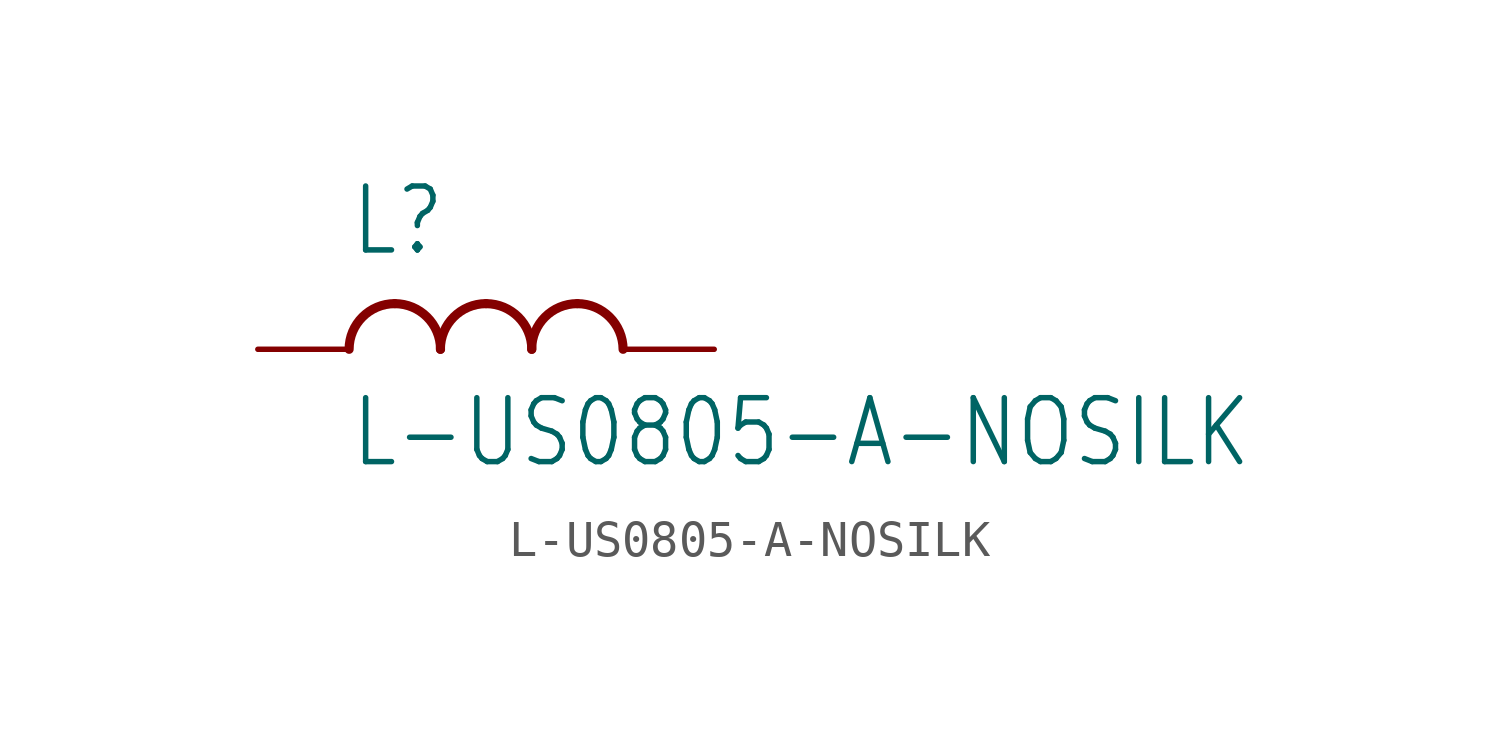
<source format=kicad_sym>
(kicad_symbol_lib
  (version 20211014)
  (generator kicad_symbol_editor)
  (symbol "L-US0805-A-NOSILK"
    (property "Reference" "L"
      (at -5.08 2.54 0)
      (effects (font (size 1.778 1.511)) (justify left bottom)))
    (property "Value" "L-US0805-A-NOSILK"
      (at -5.08 -1.27 0)
      (effects (font (size 1.778 1.511)) (justify left top)))
    (property "ki_locked" ""
      (at 0 0 0)
      (effects (font (size 1.27 1.27))))
    (symbol "L-US0805-A-NOSILK_1_0"
      (arc (start -3.81 1.27) (mid -4.708 0.898) (end -5.08 0) (stroke (width 0.254) (type default) (color 0 0 0 0)) (fill (type none)))
      (arc (start -2.54 0) (mid -2.912 0.898) (end -3.81 1.27) (stroke (width 0.254) (type default) (color 0 0 0 0)) (fill (type none)))
      (arc (start -1.27 1.27) (mid -2.168 0.898) (end -2.54 0) (stroke (width 0.254) (type default) (color 0 0 0 0)) (fill (type none)))
      (arc (start 0 0) (mid -0.372 0.898) (end -1.27 1.27) (stroke (width 0.254) (type default) (color 0 0 0 0)) (fill (type none)))
      (arc (start 1.27 1.27) (mid 0.372 0.898) (end 0 0) (stroke (width 0.254) (type default) (color 0 0 0 0)) (fill (type none)))
      (arc (start 2.54 0) (mid 2.168 0.898) (end 1.27 1.27) (stroke (width 0.254) (type default) (color 0 0 0 0)) (fill (type none)))
      (pin passive line (at -7.62 0 0) (length 2.54) (name "1" (effects (font (size 0 0)))) (number "1" (effects (font (size 0 0)))))
      (pin passive line (at 5.08 0 180) (length 2.54) (name "2" (effects (font (size 0 0)))) (number "2" (effects (font (size 0 0))))))))
</source>
